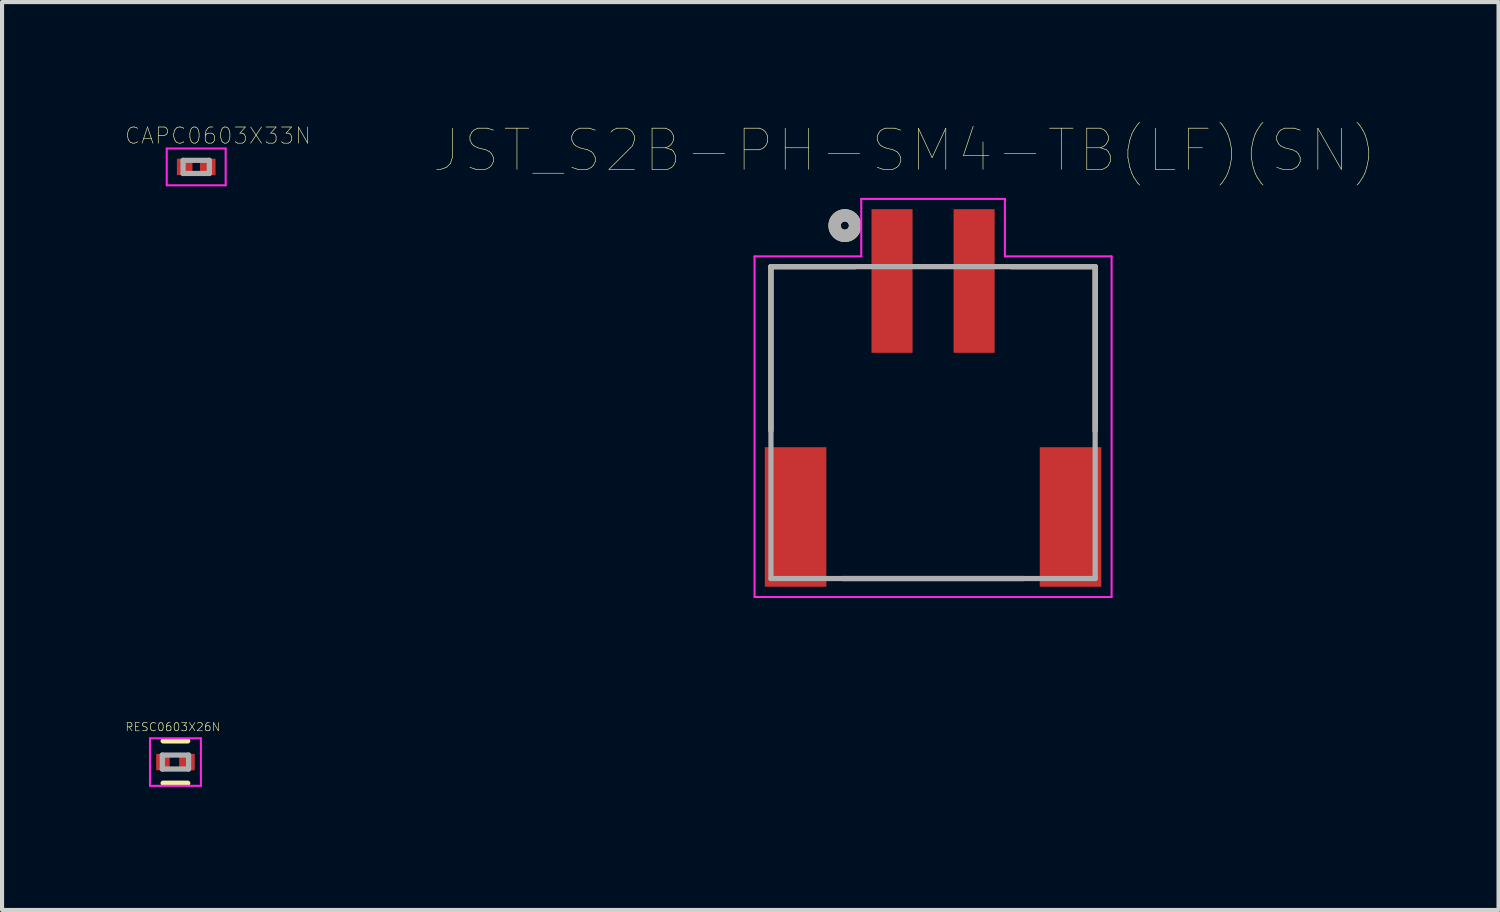
<source format=kicad_pcb>
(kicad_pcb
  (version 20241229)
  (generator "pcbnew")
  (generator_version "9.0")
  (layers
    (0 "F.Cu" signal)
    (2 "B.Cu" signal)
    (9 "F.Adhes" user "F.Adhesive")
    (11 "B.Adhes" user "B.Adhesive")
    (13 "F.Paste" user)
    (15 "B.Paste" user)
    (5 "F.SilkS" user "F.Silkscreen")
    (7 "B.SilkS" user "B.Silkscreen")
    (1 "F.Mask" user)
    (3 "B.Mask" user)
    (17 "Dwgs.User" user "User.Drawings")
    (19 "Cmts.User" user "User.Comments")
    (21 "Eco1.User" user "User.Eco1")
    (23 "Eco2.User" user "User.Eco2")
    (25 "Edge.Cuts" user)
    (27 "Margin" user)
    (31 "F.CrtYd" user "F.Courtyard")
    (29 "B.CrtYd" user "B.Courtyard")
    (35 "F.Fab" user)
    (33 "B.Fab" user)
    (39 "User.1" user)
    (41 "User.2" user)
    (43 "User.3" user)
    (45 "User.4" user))
  (footprint "RESC0603X26N"
    (layer "F.Cu")
    (at 1.225 15.519)
    (property "Reference" "RESC0603X26N" (at -0.065 -0.854 0) (layer "F.SilkS") (effects (font (size 0.2 0.2) (thickness 0.015))))
    (attr through_hole)
    (fp_line (start -0.3 -0.515) (end 0.3 -0.515) (stroke (width 0.127) (type solid)) (layer "F.SilkS"))
    (fp_line (start -0.3 0.515) (end 0.3 0.515) (stroke (width 0.127) (type solid)) (layer "F.SilkS"))
    (fp_line (start -0.62 -0.579) (end 0.62 -0.579) (stroke (width 0.05) (type solid)) (layer "F.CrtYd"))
    (fp_line (start -0.62 0.579) (end -0.62 -0.579) (stroke (width 0.05) (type solid)) (layer "F.CrtYd"))
    (fp_line (start 0.62 -0.579) (end 0.62 0.579) (stroke (width 0.05) (type solid)) (layer "F.CrtYd"))
    (fp_line (start 0.62 0.579) (end -0.62 0.579) (stroke (width 0.05) (type solid)) (layer "F.CrtYd"))
    (fp_line (start -0.32 -0.17) (end 0.32 -0.17) (stroke (width 0.127) (type solid)) (layer "F.Fab"))
    (fp_line (start -0.32 0.17) (end -0.32 -0.17) (stroke (width 0.127) (type solid)) (layer "F.Fab"))
    (fp_line (start 0.32 -0.17) (end 0.32 0.17) (stroke (width 0.127) (type solid)) (layer "F.Fab"))
    (fp_line (start 0.32 0.17) (end -0.32 0.17) (stroke (width 0.127) (type solid)) (layer "F.Fab"))
    (pad "1" smd rect (at -0.305 0) (size 0.33 0.4) (layers "F.Cu" "F.Mask" "F.Paste"))
    (pad "2" smd rect (at 0.28 0) (size 0.38 0.4) (layers "F.Cu" "F.Mask" "F.Paste")))
  (footprint "JST_S2B-PH-SM4-TB(LF)(SN)"
    (layer "F.Cu")
    (at 19.686 3.797)
    (property "Reference" "JST_S2B-PH-SM4-TB(LF)(SN)" (at -0.692 -3.184 0) (layer "F.SilkS") (effects (font (size 1.002 1.002) (thickness 0.015))))
    (attr through_hole)
    (fp_line (start -3.95 -0.35) (end -3.95 3.65) (stroke (width 0.127) (type solid)) (layer "F.SilkS"))
    (fp_line (start -2.2 7.25) (end 2.2 7.25) (stroke (width 0.127) (type solid)) (layer "F.SilkS"))
    (fp_line (start -1.9 -0.35) (end -3.95 -0.35) (stroke (width 0.127) (type solid)) (layer "F.SilkS"))
    (fp_line (start 3.95 -0.35) (end 1.9 -0.35) (stroke (width 0.127) (type solid)) (layer "F.SilkS"))
    (fp_line (start 3.95 3.65) (end 3.95 -0.35) (stroke (width 0.127) (type solid)) (layer "F.SilkS"))
    (fp_circle (center -2.15 -1.35) (end -2.05 -1.35) (stroke (width 0.3) (type solid)) (fill no) (layer "F.SilkS"))
    (fp_line (start -4.35 -0.6) (end -1.75 -0.6) (stroke (width 0.05) (type solid)) (layer "F.CrtYd"))
    (fp_line (start -4.35 7.7) (end -4.35 -0.6) (stroke (width 0.05) (type solid)) (layer "F.CrtYd"))
    (fp_line (start -1.75 -2) (end 1.75 -2) (stroke (width 0.05) (type solid)) (layer "F.CrtYd"))
    (fp_line (start -1.75 -0.6) (end -1.75 -2) (stroke (width 0.05) (type solid)) (layer "F.CrtYd"))
    (fp_line (start 1.75 -2) (end 1.75 -0.6) (stroke (width 0.05) (type solid)) (layer "F.CrtYd"))
    (fp_line (start 1.75 -0.6) (end 4.35 -0.6) (stroke (width 0.05) (type solid)) (layer "F.CrtYd"))
    (fp_line (start 4.35 -0.6) (end 4.35 7.7) (stroke (width 0.05) (type solid)) (layer "F.CrtYd"))
    (fp_line (start 4.35 7.7) (end -4.35 7.7) (stroke (width 0.05) (type solid)) (layer "F.CrtYd"))
    (fp_line (start -3.95 -0.35) (end 3.95 -0.35) (stroke (width 0.127) (type solid)) (layer "F.Fab"))
    (fp_line (start -3.95 7.25) (end -3.95 -0.35) (stroke (width 0.127) (type solid)) (layer "F.Fab"))
    (fp_line (start 3.95 -0.35) (end 3.95 7.25) (stroke (width 0.127) (type solid)) (layer "F.Fab"))
    (fp_line (start 3.95 7.25) (end -3.95 7.25) (stroke (width 0.127) (type solid)) (layer "F.Fab"))
    (fp_circle (center -2.15 -1.35) (end -2.05 -1.35) (stroke (width 0.3) (type solid)) (fill no) (layer "F.Fab"))
    (pad "1" smd rect (at -1 0) (size 1 3.5) (layers "F.Cu" "F.Mask" "F.Paste"))
    (pad "2" smd rect (at 1 0) (size 1 3.5) (layers "F.Cu" "F.Mask" "F.Paste"))
    (pad "MP" smd rect (at -3.35 5.75) (size 1.5 3.4) (layers "F.Cu" "F.Mask" "F.Paste"))
    (pad "MP" smd rect (at 3.35 5.75) (size 1.5 3.4) (layers "F.Cu" "F.Mask" "F.Paste")))
  (footprint "CAPC0603X33N"
    (layer "F.Cu")
    (at 1.731 1.017)
    (property "Reference" "CAPC0603X33N" (at 0.53 -0.76 0) (layer "F.SilkS") (effects (font (size 0.394 0.394) (thickness 0.015))))
    (attr through_hole)
    (fp_line (start -0.718 -0.448) (end 0.718 -0.448) (stroke (width 0.05) (type solid)) (layer "F.CrtYd"))
    (fp_line (start -0.718 0.448) (end -0.718 -0.448) (stroke (width 0.05) (type solid)) (layer "F.CrtYd"))
    (fp_line (start -0.718 0.448) (end 0.718 0.448) (stroke (width 0.05) (type solid)) (layer "F.CrtYd"))
    (fp_line (start 0.718 0.448) (end 0.718 -0.448) (stroke (width 0.05) (type solid)) (layer "F.CrtYd"))
    (fp_line (start -0.32 0.16) (end -0.32 -0.16) (stroke (width 0.127) (type solid)) (layer "F.Fab"))
    (fp_line (start 0.32 -0.16) (end -0.32 -0.16) (stroke (width 0.127) (type solid)) (layer "F.Fab"))
    (fp_line (start 0.32 0.16) (end -0.32 0.16) (stroke (width 0.127) (type solid)) (layer "F.Fab"))
    (fp_line (start 0.32 0.16) (end 0.32 -0.16) (stroke (width 0.127) (type solid)) (layer "F.Fab"))
    (pad "1" smd rect (at -0.281 0) (size 0.38 0.4) (layers "F.Cu" "F.Mask" "F.Paste"))
    (pad "2" smd rect (at 0.281 0) (size 0.38 0.4) (layers "F.Cu" "F.Mask" "F.Paste")))
  (gr_rect
    (start -3 -3)
    (end 33.465 19.123)
    (stroke (width 0.1) (type default))
    (fill no)
    (layer "Edge.Cuts")))
</source>
